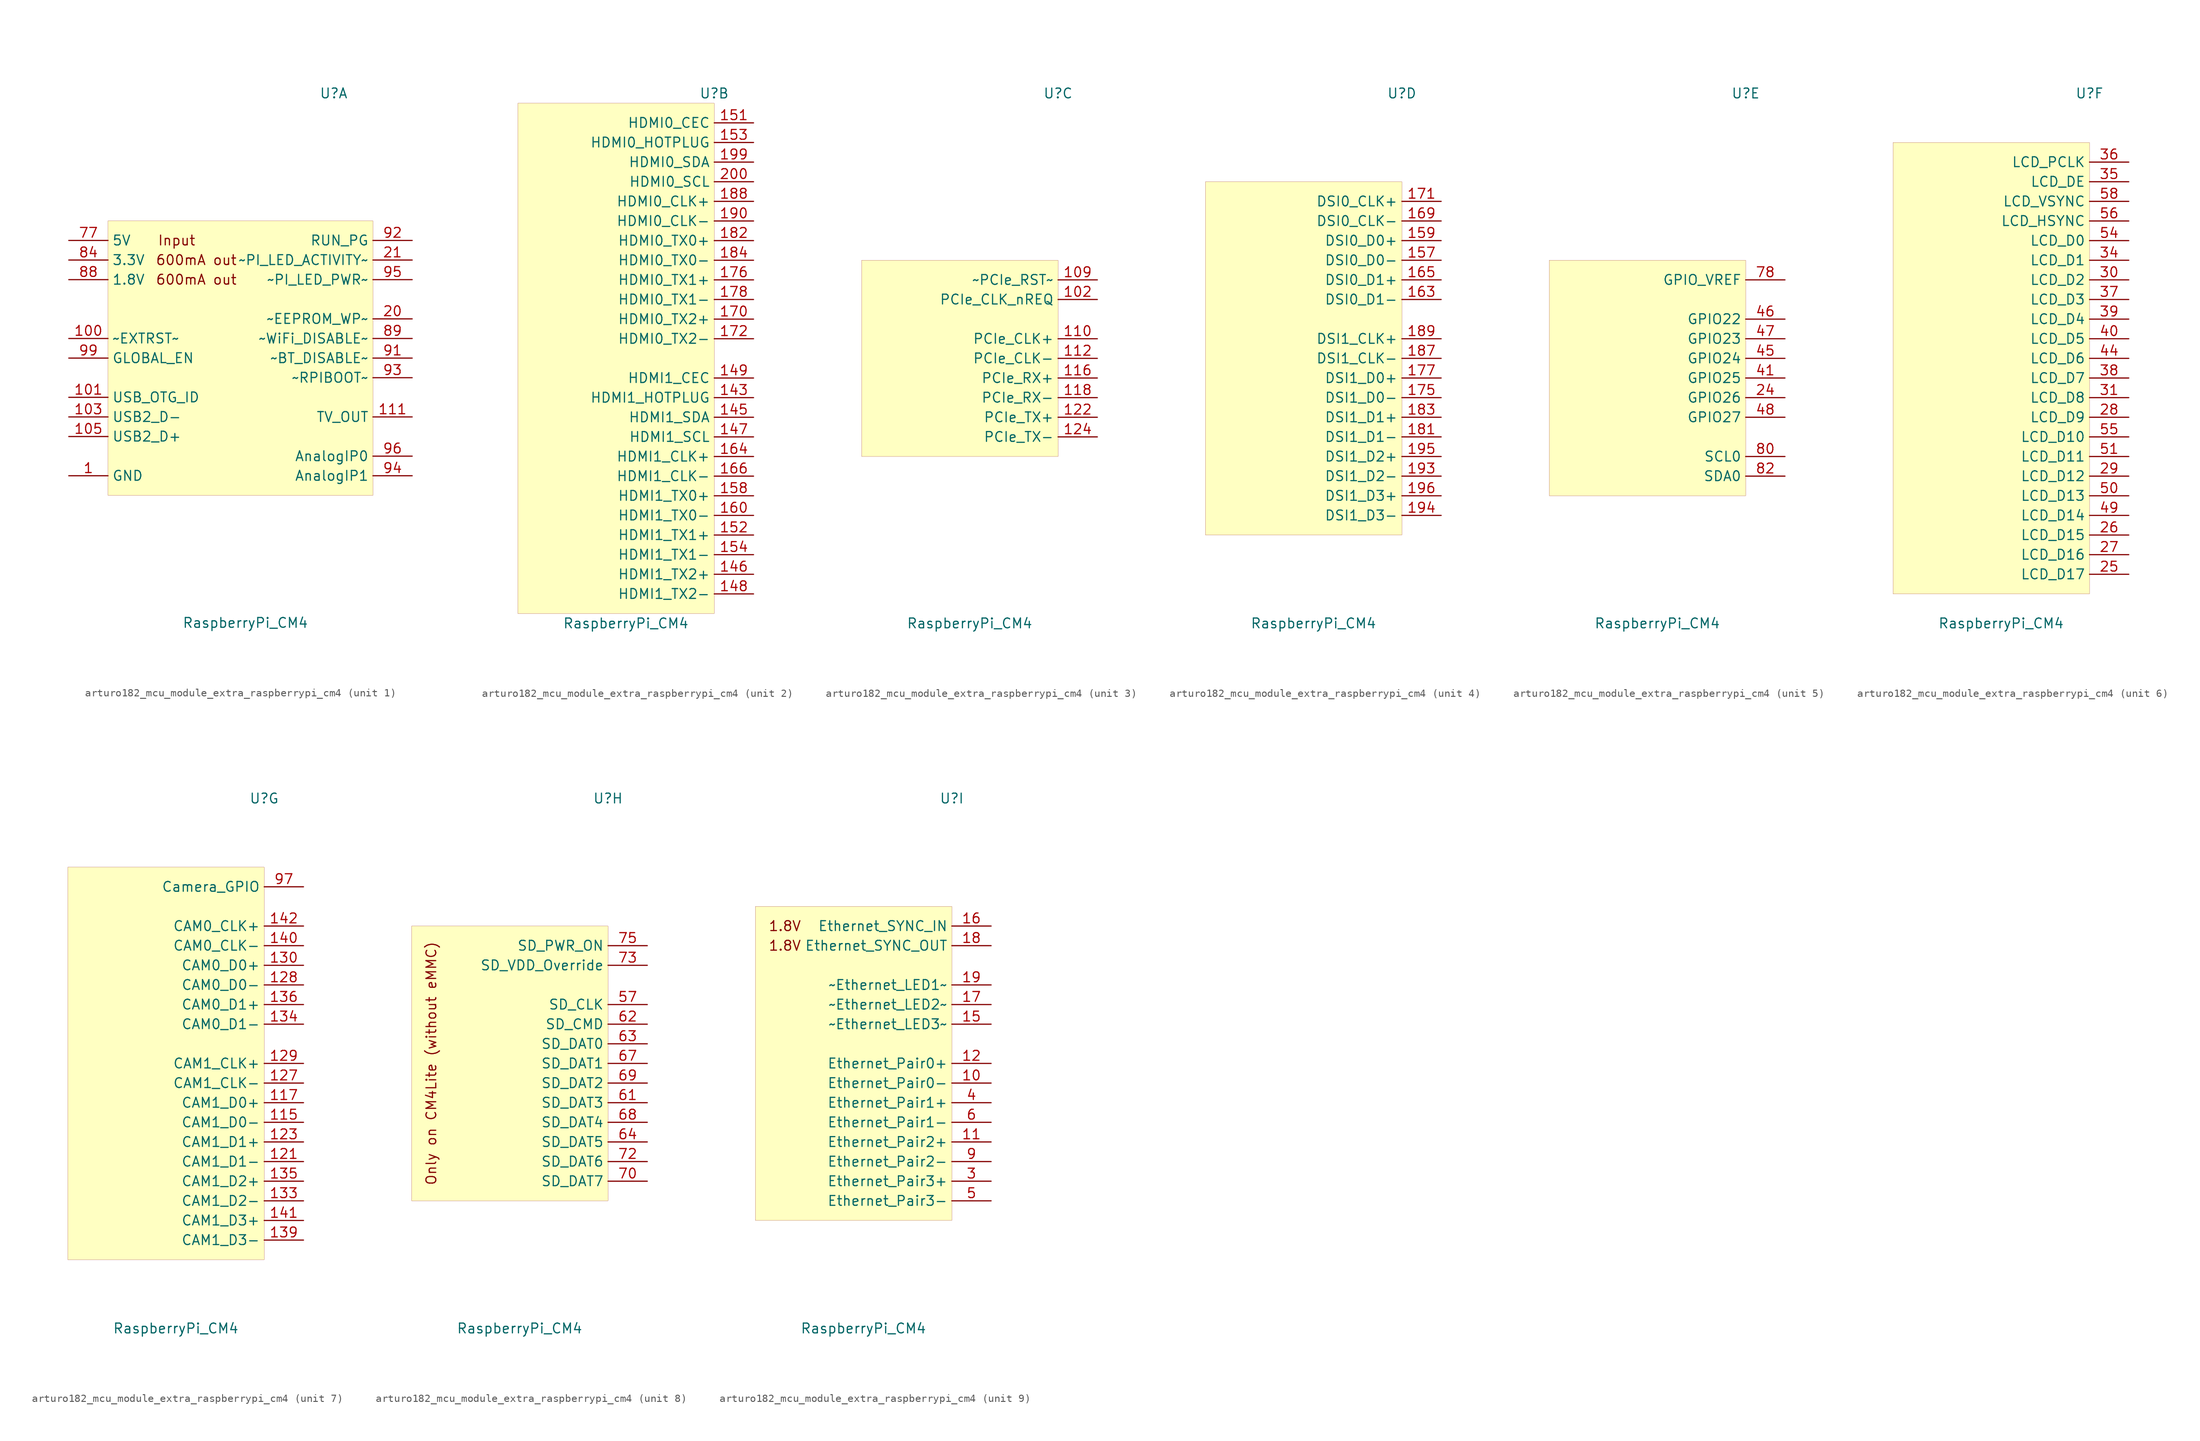
<source format=kicad_sym>
(kicad_symbol_lib
  (version 20220914)
  (generator kicad_symbol_editor)
  (symbol "MCU_Module_Extra:arturo182_mcu_module_extra_raspberrypi_cm4"
    (property "Reference" "U"
      (at 12.7 34.29 0)
      (effects (font (size 1.27 1.27))))
    (property "Value" "RaspberryPi_CM4"
      (at 1.27 -34.29 0)
      (effects (font (size 1.27 1.27))))
    (property "ki_locked" ""
      (at 0 0 0)
      (effects (font (size 1.27 1.27))))
    (symbol "arturo182_mcu_module_extra_raspberrypi_cm4_1_0"
      (text "600mA out" (at -5.08 10.16 0) (effects (font (size 1.27 1.27))))
      (text "600mA out" (at -5.08 12.7 0) (effects (font (size 1.27 1.27))))
      (text "Input" (at -7.62 15.24 0) (effects (font (size 1.27 1.27))))
      (rectangle (start -16.51 17.78) (end 17.78 -17.78) (stroke (width 0.001)) (fill (type background))))
    (symbol "arturo182_mcu_module_extra_raspberrypi_cm4_1_1"
      (pin power_in line (at -21.59 -15.24 0) (length 5.08) (name "GND" (effects (font (size 1.27 1.27)))) (number "1" (effects (font (size 1.27 1.27)))))
      (pin output line (at -21.59 2.54 0) (length 5.08) (name "~EXTRST~" (effects (font (size 1.27 1.27)))) (number "100" (effects (font (size 1.27 1.27)))))
      (pin passive line (at -21.59 -15.24 0) (length 5.08) hide (name "GND" (effects (font (size 1.27 1.27)))) (number "13" (effects (font (size 1.27 1.27)))))
      (pin passive line (at -21.59 -15.24 0) (length 5.08) hide (name "GND" (effects (font (size 1.27 1.27)))) (number "14" (effects (font (size 1.27 1.27)))))
      (pin passive line (at -21.59 -15.24 0) (length 5.08) hide (name "GND" (effects (font (size 1.27 1.27)))) (number "2" (effects (font (size 1.27 1.27)))))
      (pin bidirectional line (at 22.86 5.08 180) (length 5.08) (name "~EEPROM_WP~" (effects (font (size 1.27 1.27)))) (number "20" (effects (font (size 1.27 1.27)))))
      (pin open_collector line (at 22.86 12.7 180) (length 5.08) (name "~PI_LED_ACTIVITY~" (effects (font (size 1.27 1.27)))) (number "21" (effects (font (size 1.27 1.27)))))
      (pin passive line (at -21.59 -15.24 0) (length 5.08) hide (name "GND" (effects (font (size 1.27 1.27)))) (number "22" (effects (font (size 1.27 1.27)))))
      (pin passive line (at -21.59 -15.24 0) (length 5.08) hide (name "GND" (effects (font (size 1.27 1.27)))) (number "23" (effects (font (size 1.27 1.27)))))
      (pin passive line (at -21.59 -15.24 0) (length 5.08) hide (name "GND" (effects (font (size 1.27 1.27)))) (number "32" (effects (font (size 1.27 1.27)))))
      (pin passive line (at -21.59 -15.24 0) (length 5.08) hide (name "GND" (effects (font (size 1.27 1.27)))) (number "33" (effects (font (size 1.27 1.27)))))
      (pin passive line (at -21.59 -15.24 0) (length 5.08) hide (name "GND" (effects (font (size 1.27 1.27)))) (number "42" (effects (font (size 1.27 1.27)))))
      (pin passive line (at -21.59 -15.24 0) (length 5.08) hide (name "GND" (effects (font (size 1.27 1.27)))) (number "43" (effects (font (size 1.27 1.27)))))
      (pin passive line (at -21.59 -15.24 0) (length 5.08) hide (name "GND" (effects (font (size 1.27 1.27)))) (number "52" (effects (font (size 1.27 1.27)))))
      (pin passive line (at -21.59 -15.24 0) (length 5.08) hide (name "GND" (effects (font (size 1.27 1.27)))) (number "53" (effects (font (size 1.27 1.27)))))
      (pin passive line (at -21.59 -15.24 0) (length 5.08) hide (name "GND" (effects (font (size 1.27 1.27)))) (number "59" (effects (font (size 1.27 1.27)))))
      (pin passive line (at -21.59 -15.24 0) (length 5.08) hide (name "GND" (effects (font (size 1.27 1.27)))) (number "60" (effects (font (size 1.27 1.27)))))
      (pin passive line (at -21.59 -15.24 0) (length 5.08) hide (name "GND" (effects (font (size 1.27 1.27)))) (number "65" (effects (font (size 1.27 1.27)))))
      (pin passive line (at -21.59 -15.24 0) (length 5.08) hide (name "GND" (effects (font (size 1.27 1.27)))) (number "66" (effects (font (size 1.27 1.27)))))
      (pin passive line (at -21.59 -15.24 0) (length 5.08) hide (name "GND" (effects (font (size 1.27 1.27)))) (number "7" (effects (font (size 1.27 1.27)))))
      (pin passive line (at -21.59 -15.24 0) (length 5.08) hide (name "GND" (effects (font (size 1.27 1.27)))) (number "71" (effects (font (size 1.27 1.27)))))
      (pin passive line (at -21.59 -15.24 0) (length 5.08) hide (name "GND" (effects (font (size 1.27 1.27)))) (number "74" (effects (font (size 1.27 1.27)))))
      (pin no_connect line (at -1.27 -10.16 0) (length 5.08) hide (name "Reserved" (effects (font (size 1.27 1.27)))) (number "76" (effects (font (size 1.27 1.27)))))
      (pin power_in line (at -21.59 15.24 0) (length 5.08) (name "5V" (effects (font (size 1.27 1.27)))) (number "77" (effects (font (size 1.27 1.27)))))
      (pin passive line (at -21.59 15.24 0) (length 5.08) hide (name "5V" (effects (font (size 1.27 1.27)))) (number "79" (effects (font (size 1.27 1.27)))))
      (pin passive line (at -21.59 -15.24 0) (length 5.08) hide (name "GND" (effects (font (size 1.27 1.27)))) (number "8" (effects (font (size 1.27 1.27)))))
      (pin passive line (at -21.59 15.24 0) (length 5.08) hide (name "5V" (effects (font (size 1.27 1.27)))) (number "81" (effects (font (size 1.27 1.27)))))
      (pin passive line (at -21.59 15.24 0) (length 5.08) hide (name "5V" (effects (font (size 1.27 1.27)))) (number "83" (effects (font (size 1.27 1.27)))))
      (pin power_out line (at -21.59 12.7 0) (length 5.08) (name "3.3V" (effects (font (size 1.27 1.27)))) (number "84" (effects (font (size 1.27 1.27)))))
      (pin passive line (at -21.59 15.24 0) (length 5.08) hide (name "5V" (effects (font (size 1.27 1.27)))) (number "85" (effects (font (size 1.27 1.27)))))
      (pin passive line (at -21.59 12.7 0) (length 5.08) hide (name "3.3V" (effects (font (size 1.27 1.27)))) (number "86" (effects (font (size 1.27 1.27)))))
      (pin passive line (at -21.59 15.24 0) (length 5.08) hide (name "5V" (effects (font (size 1.27 1.27)))) (number "87" (effects (font (size 1.27 1.27)))))
      (pin power_out line (at -21.59 10.16 0) (length 5.08) (name "1.8V" (effects (font (size 1.27 1.27)))) (number "88" (effects (font (size 1.27 1.27)))))
      (pin power_in line (at 22.86 2.54 180) (length 5.08) (name "~WiFi_DISABLE~" (effects (font (size 1.27 1.27)))) (number "89" (effects (font (size 1.27 1.27)))))
      (pin passive line (at -21.59 10.16 0) (length 5.08) hide (name "1.8V" (effects (font (size 1.27 1.27)))) (number "90" (effects (font (size 1.27 1.27)))))
      (pin input line (at 22.86 0 180) (length 5.08) (name "~BT_DISABLE~" (effects (font (size 1.27 1.27)))) (number "91" (effects (font (size 1.27 1.27)))))
      (pin bidirectional line (at 22.86 15.24 180) (length 5.08) (name "RUN_PG" (effects (font (size 1.27 1.27)))) (number "92" (effects (font (size 1.27 1.27)))))
      (pin input line (at 22.86 -2.54 180) (length 5.08) (name "~RPIBOOT~" (effects (font (size 1.27 1.27)))) (number "93" (effects (font (size 1.27 1.27)))))
      (pin output line (at 22.86 -15.24 180) (length 5.08) (name "AnalogIP1" (effects (font (size 1.27 1.27)))) (number "94" (effects (font (size 1.27 1.27)))))
      (pin output line (at 22.86 10.16 180) (length 5.08) (name "~PI_LED_PWR~" (effects (font (size 1.27 1.27)))) (number "95" (effects (font (size 1.27 1.27)))))
      (pin output line (at 22.86 -12.7 180) (length 5.08) (name "AnalogIP0" (effects (font (size 1.27 1.27)))) (number "96" (effects (font (size 1.27 1.27)))))
      (pin passive line (at -21.59 -15.24 0) (length 5.08) hide (name "GND" (effects (font (size 1.27 1.27)))) (number "98" (effects (font (size 1.27 1.27)))))
      (pin input line (at -21.59 0 0) (length 5.08) (name "GLOBAL_EN" (effects (font (size 1.27 1.27)))) (number "99" (effects (font (size 1.27 1.27)))))
      (pin input line (at -21.59 -5.08 0) (length 5.08) (name "USB_OTG_ID" (effects (font (size 1.27 1.27)))) (number "101" (effects (font (size 1.27 1.27)))))
      (pin passive line (at -21.59 -7.62 0) (length 5.08) (name "USB2_D-" (effects (font (size 1.27 1.27)))) (number "103" (effects (font (size 1.27 1.27)))))
      (pin no_connect line (at -1.27 -5.08 0) (length 5.08) hide (name "Reserved" (effects (font (size 1.27 1.27)))) (number "104" (effects (font (size 1.27 1.27)))))
      (pin passive line (at -21.59 -10.16 0) (length 5.08) (name "USB2_D+" (effects (font (size 1.27 1.27)))) (number "105" (effects (font (size 1.27 1.27)))))
      (pin no_connect line (at -1.27 -7.62 0) (length 5.08) hide (name "Reserved" (effects (font (size 1.27 1.27)))) (number "106" (effects (font (size 1.27 1.27)))))
      (pin passive line (at -21.59 -15.24 0) (length 5.08) hide (name "GND" (effects (font (size 1.27 1.27)))) (number "107" (effects (font (size 1.27 1.27)))))
      (pin passive line (at -21.59 -15.24 0) (length 5.08) hide (name "GND" (effects (font (size 1.27 1.27)))) (number "108" (effects (font (size 1.27 1.27)))))
      (pin passive line (at 22.86 -7.62 180) (length 5.08) (name "TV_OUT" (effects (font (size 1.27 1.27)))) (number "111" (effects (font (size 1.27 1.27)))))
      (pin passive line (at -21.59 -15.24 0) (length 5.08) hide (name "GND" (effects (font (size 1.27 1.27)))) (number "113" (effects (font (size 1.27 1.27)))))
      (pin passive line (at -21.59 -15.24 0) (length 5.08) hide (name "GND" (effects (font (size 1.27 1.27)))) (number "114" (effects (font (size 1.27 1.27)))))
      (pin passive line (at -21.59 -15.24 0) (length 5.08) hide (name "GND" (effects (font (size 1.27 1.27)))) (number "119" (effects (font (size 1.27 1.27)))))
      (pin passive line (at -21.59 -15.24 0) (length 5.08) hide (name "GND" (effects (font (size 1.27 1.27)))) (number "120" (effects (font (size 1.27 1.27)))))
      (pin passive line (at -21.59 -15.24 0) (length 5.08) hide (name "GND" (effects (font (size 1.27 1.27)))) (number "125" (effects (font (size 1.27 1.27)))))
      (pin passive line (at -21.59 -15.24 0) (length 5.08) hide (name "GND" (effects (font (size 1.27 1.27)))) (number "126" (effects (font (size 1.27 1.27)))))
      (pin passive line (at -21.59 -15.24 0) (length 5.08) hide (name "GND" (effects (font (size 1.27 1.27)))) (number "131" (effects (font (size 1.27 1.27)))))
      (pin passive line (at -21.59 -15.24 0) (length 5.08) hide (name "GND" (effects (font (size 1.27 1.27)))) (number "132" (effects (font (size 1.27 1.27)))))
      (pin passive line (at -21.59 -15.24 0) (length 5.08) hide (name "GND" (effects (font (size 1.27 1.27)))) (number "137" (effects (font (size 1.27 1.27)))))
      (pin passive line (at -21.59 -15.24 0) (length 5.08) hide (name "GND" (effects (font (size 1.27 1.27)))) (number "138" (effects (font (size 1.27 1.27)))))
      (pin passive line (at -21.59 -15.24 0) (length 5.08) hide (name "GND" (effects (font (size 1.27 1.27)))) (number "144" (effects (font (size 1.27 1.27)))))
      (pin passive line (at -21.59 -15.24 0) (length 5.08) hide (name "GND" (effects (font (size 1.27 1.27)))) (number "150" (effects (font (size 1.27 1.27)))))
      (pin passive line (at -21.59 -15.24 0) (length 5.08) hide (name "GND" (effects (font (size 1.27 1.27)))) (number "155" (effects (font (size 1.27 1.27)))))
      (pin passive line (at -21.59 -15.24 0) (length 5.08) hide (name "GND" (effects (font (size 1.27 1.27)))) (number "156" (effects (font (size 1.27 1.27)))))
      (pin passive line (at -21.59 -15.24 0) (length 5.08) hide (name "GND" (effects (font (size 1.27 1.27)))) (number "161" (effects (font (size 1.27 1.27)))))
      (pin passive line (at -21.59 -15.24 0) (length 5.08) hide (name "GND" (effects (font (size 1.27 1.27)))) (number "162" (effects (font (size 1.27 1.27)))))
      (pin passive line (at -21.59 -15.24 0) (length 5.08) hide (name "GND" (effects (font (size 1.27 1.27)))) (number "167" (effects (font (size 1.27 1.27)))))
      (pin passive line (at -21.59 -15.24 0) (length 5.08) hide (name "GND" (effects (font (size 1.27 1.27)))) (number "168" (effects (font (size 1.27 1.27)))))
      (pin passive line (at -21.59 -15.24 0) (length 5.08) hide (name "GND" (effects (font (size 1.27 1.27)))) (number "173" (effects (font (size 1.27 1.27)))))
      (pin passive line (at -21.59 -15.24 0) (length 5.08) hide (name "GND" (effects (font (size 1.27 1.27)))) (number "174" (effects (font (size 1.27 1.27)))))
      (pin passive line (at -21.59 -15.24 0) (length 5.08) hide (name "GND" (effects (font (size 1.27 1.27)))) (number "179" (effects (font (size 1.27 1.27)))))
      (pin passive line (at -21.59 -15.24 0) (length 5.08) hide (name "GND" (effects (font (size 1.27 1.27)))) (number "180" (effects (font (size 1.27 1.27)))))
      (pin passive line (at -21.59 -15.24 0) (length 5.08) hide (name "GND" (effects (font (size 1.27 1.27)))) (number "185" (effects (font (size 1.27 1.27)))))
      (pin passive line (at -21.59 -15.24 0) (length 5.08) hide (name "GND" (effects (font (size 1.27 1.27)))) (number "186" (effects (font (size 1.27 1.27)))))
      (pin passive line (at -21.59 -15.24 0) (length 5.08) hide (name "GND" (effects (font (size 1.27 1.27)))) (number "191" (effects (font (size 1.27 1.27)))))
      (pin passive line (at -21.59 -15.24 0) (length 5.08) hide (name "GND" (effects (font (size 1.27 1.27)))) (number "192" (effects (font (size 1.27 1.27)))))
      (pin passive line (at -21.59 -15.24 0) (length 5.08) hide (name "GND" (effects (font (size 1.27 1.27)))) (number "197" (effects (font (size 1.27 1.27)))))
      (pin passive line (at -21.59 -15.24 0) (length 5.08) hide (name "GND" (effects (font (size 1.27 1.27)))) (number "198" (effects (font (size 1.27 1.27))))))
    (symbol "arturo182_mcu_module_extra_raspberrypi_cm4_2_0"
      (rectangle (start -12.7 33.02) (end 12.7 -33.02) (stroke (width 0.001)) (fill (type background))))
    (symbol "arturo182_mcu_module_extra_raspberrypi_cm4_2_1"
      (pin input line (at 17.78 -5.08 180) (length 5.08) (name "HDMI1_HOTPLUG" (effects (font (size 1.27 1.27)))) (number "143" (effects (font (size 1.27 1.27)))))
      (pin bidirectional line (at 17.78 -7.62 180) (length 5.08) (name "HDMI1_SDA" (effects (font (size 1.27 1.27)))) (number "145" (effects (font (size 1.27 1.27)))))
      (pin output line (at 17.78 -27.94 180) (length 5.08) (name "HDMI1_TX2+" (effects (font (size 1.27 1.27)))) (number "146" (effects (font (size 1.27 1.27)))))
      (pin open_collector line (at 17.78 -10.16 180) (length 5.08) (name "HDMI1_SCL" (effects (font (size 1.27 1.27)))) (number "147" (effects (font (size 1.27 1.27)))))
      (pin output line (at 17.78 -30.48 180) (length 5.08) (name "HDMI1_TX2-" (effects (font (size 1.27 1.27)))) (number "148" (effects (font (size 1.27 1.27)))))
      (pin open_collector line (at 17.78 -2.54 180) (length 5.08) (name "HDMI1_CEC" (effects (font (size 1.27 1.27)))) (number "149" (effects (font (size 1.27 1.27)))))
      (pin open_collector line (at 17.78 30.48 180) (length 5.08) (name "HDMI0_CEC" (effects (font (size 1.27 1.27)))) (number "151" (effects (font (size 1.27 1.27)))))
      (pin output line (at 17.78 -22.86 180) (length 5.08) (name "HDMI1_TX1+" (effects (font (size 1.27 1.27)))) (number "152" (effects (font (size 1.27 1.27)))))
      (pin input line (at 17.78 27.94 180) (length 5.08) (name "HDMI0_HOTPLUG" (effects (font (size 1.27 1.27)))) (number "153" (effects (font (size 1.27 1.27)))))
      (pin output line (at 17.78 -25.4 180) (length 5.08) (name "HDMI1_TX1-" (effects (font (size 1.27 1.27)))) (number "154" (effects (font (size 1.27 1.27)))))
      (pin output line (at 17.78 -17.78 180) (length 5.08) (name "HDMI1_TX0+" (effects (font (size 1.27 1.27)))) (number "158" (effects (font (size 1.27 1.27)))))
      (pin output line (at 17.78 -20.32 180) (length 5.08) (name "HDMI1_TX0-" (effects (font (size 1.27 1.27)))) (number "160" (effects (font (size 1.27 1.27)))))
      (pin output line (at 17.78 -12.7 180) (length 5.08) (name "HDMI1_CLK+" (effects (font (size 1.27 1.27)))) (number "164" (effects (font (size 1.27 1.27)))))
      (pin output line (at 17.78 -15.24 180) (length 5.08) (name "HDMI1_CLK-" (effects (font (size 1.27 1.27)))) (number "166" (effects (font (size 1.27 1.27)))))
      (pin output line (at 17.78 5.08 180) (length 5.08) (name "HDMI0_TX2+" (effects (font (size 1.27 1.27)))) (number "170" (effects (font (size 1.27 1.27)))))
      (pin output line (at 17.78 2.54 180) (length 5.08) (name "HDMI0_TX2-" (effects (font (size 1.27 1.27)))) (number "172" (effects (font (size 1.27 1.27)))))
      (pin output line (at 17.78 10.16 180) (length 5.08) (name "HDMI0_TX1+" (effects (font (size 1.27 1.27)))) (number "176" (effects (font (size 1.27 1.27)))))
      (pin output line (at 17.78 7.62 180) (length 5.08) (name "HDMI0_TX1-" (effects (font (size 1.27 1.27)))) (number "178" (effects (font (size 1.27 1.27)))))
      (pin output line (at 17.78 15.24 180) (length 5.08) (name "HDMI0_TX0+" (effects (font (size 1.27 1.27)))) (number "182" (effects (font (size 1.27 1.27)))))
      (pin output line (at 17.78 12.7 180) (length 5.08) (name "HDMI0_TX0-" (effects (font (size 1.27 1.27)))) (number "184" (effects (font (size 1.27 1.27)))))
      (pin output line (at 17.78 20.32 180) (length 5.08) (name "HDMI0_CLK+" (effects (font (size 1.27 1.27)))) (number "188" (effects (font (size 1.27 1.27)))))
      (pin output line (at 17.78 17.78 180) (length 5.08) (name "HDMI0_CLK-" (effects (font (size 1.27 1.27)))) (number "190" (effects (font (size 1.27 1.27)))))
      (pin bidirectional line (at 17.78 25.4 180) (length 5.08) (name "HDMI0_SDA" (effects (font (size 1.27 1.27)))) (number "199" (effects (font (size 1.27 1.27)))))
      (pin open_collector line (at 17.78 22.86 180) (length 5.08) (name "HDMI0_SCL" (effects (font (size 1.27 1.27)))) (number "200" (effects (font (size 1.27 1.27))))))
    (symbol "arturo182_mcu_module_extra_raspberrypi_cm4_3_0"
      (rectangle (start -12.7 12.7) (end 12.7 -12.7) (stroke (width 0.001)) (fill (type background))))
    (symbol "arturo182_mcu_module_extra_raspberrypi_cm4_3_1"
      (pin input line (at 17.78 7.62 180) (length 5.08) (name "PCIe_CLK_nREQ" (effects (font (size 1.27 1.27)))) (number "102" (effects (font (size 1.27 1.27)))))
      (pin bidirectional line (at 17.78 10.16 180) (length 5.08) (name "~PCIe_RST~" (effects (font (size 1.27 1.27)))) (number "109" (effects (font (size 1.27 1.27)))))
      (pin output line (at 17.78 2.54 180) (length 5.08) (name "PCIe_CLK+" (effects (font (size 1.27 1.27)))) (number "110" (effects (font (size 1.27 1.27)))))
      (pin output line (at 17.78 0 180) (length 5.08) (name "PCIe_CLK-" (effects (font (size 1.27 1.27)))) (number "112" (effects (font (size 1.27 1.27)))))
      (pin input line (at 17.78 -2.54 180) (length 5.08) (name "PCIe_RX+" (effects (font (size 1.27 1.27)))) (number "116" (effects (font (size 1.27 1.27)))))
      (pin input line (at 17.78 -5.08 180) (length 5.08) (name "PCIe_RX-" (effects (font (size 1.27 1.27)))) (number "118" (effects (font (size 1.27 1.27)))))
      (pin output line (at 17.78 -7.62 180) (length 5.08) (name "PCIe_TX+" (effects (font (size 1.27 1.27)))) (number "122" (effects (font (size 1.27 1.27)))))
      (pin output line (at 17.78 -10.16 180) (length 5.08) (name "PCIe_TX-" (effects (font (size 1.27 1.27)))) (number "124" (effects (font (size 1.27 1.27))))))
    (symbol "arturo182_mcu_module_extra_raspberrypi_cm4_4_0"
      (rectangle (start -12.7 22.86) (end 12.7 -22.86) (stroke (width 0.001)) (fill (type background))))
    (symbol "arturo182_mcu_module_extra_raspberrypi_cm4_4_1"
      (pin bidirectional line (at 17.78 12.7 180) (length 5.08) (name "DSI0_D0-" (effects (font (size 1.27 1.27)))) (number "157" (effects (font (size 1.27 1.27)))))
      (pin bidirectional line (at 17.78 15.24 180) (length 5.08) (name "DSI0_D0+" (effects (font (size 1.27 1.27)))) (number "159" (effects (font (size 1.27 1.27)))))
      (pin bidirectional line (at 17.78 7.62 180) (length 5.08) (name "DSI0_D1-" (effects (font (size 1.27 1.27)))) (number "163" (effects (font (size 1.27 1.27)))))
      (pin bidirectional line (at 17.78 10.16 180) (length 5.08) (name "DSI0_D1+" (effects (font (size 1.27 1.27)))) (number "165" (effects (font (size 1.27 1.27)))))
      (pin open_collector line (at 17.78 17.78 180) (length 5.08) (name "DSI0_CLK-" (effects (font (size 1.27 1.27)))) (number "169" (effects (font (size 1.27 1.27)))))
      (pin open_collector line (at 17.78 20.32 180) (length 5.08) (name "DSI0_CLK+" (effects (font (size 1.27 1.27)))) (number "171" (effects (font (size 1.27 1.27)))))
      (pin bidirectional line (at 17.78 -5.08 180) (length 5.08) (name "DSI1_D0-" (effects (font (size 1.27 1.27)))) (number "175" (effects (font (size 1.27 1.27)))))
      (pin bidirectional line (at 17.78 -2.54 180) (length 5.08) (name "DSI1_D0+" (effects (font (size 1.27 1.27)))) (number "177" (effects (font (size 1.27 1.27)))))
      (pin bidirectional line (at 17.78 -10.16 180) (length 5.08) (name "DSI1_D1-" (effects (font (size 1.27 1.27)))) (number "181" (effects (font (size 1.27 1.27)))))
      (pin bidirectional line (at 17.78 -7.62 180) (length 5.08) (name "DSI1_D1+" (effects (font (size 1.27 1.27)))) (number "183" (effects (font (size 1.27 1.27)))))
      (pin bidirectional line (at 17.78 0 180) (length 5.08) (name "DSI1_CLK-" (effects (font (size 1.27 1.27)))) (number "187" (effects (font (size 1.27 1.27)))))
      (pin bidirectional line (at 17.78 2.54 180) (length 5.08) (name "DSI1_CLK+" (effects (font (size 1.27 1.27)))) (number "189" (effects (font (size 1.27 1.27)))))
      (pin bidirectional line (at 17.78 -15.24 180) (length 5.08) (name "DSI1_D2-" (effects (font (size 1.27 1.27)))) (number "193" (effects (font (size 1.27 1.27)))))
      (pin bidirectional line (at 17.78 -20.32 180) (length 5.08) (name "DSI1_D3-" (effects (font (size 1.27 1.27)))) (number "194" (effects (font (size 1.27 1.27)))))
      (pin bidirectional line (at 17.78 -12.7 180) (length 5.08) (name "DSI1_D2+" (effects (font (size 1.27 1.27)))) (number "195" (effects (font (size 1.27 1.27)))))
      (pin bidirectional line (at 17.78 -17.78 180) (length 5.08) (name "DSI1_D3+" (effects (font (size 1.27 1.27)))) (number "196" (effects (font (size 1.27 1.27))))))
    (symbol "arturo182_mcu_module_extra_raspberrypi_cm4_5_0"
      (rectangle (start -12.7 12.7) (end 12.7 -17.78) (stroke (width 0.001)) (fill (type background))))
    (symbol "arturo182_mcu_module_extra_raspberrypi_cm4_5_1"
      (pin bidirectional line (at 17.78 -5.08 180) (length 5.08) (name "GPIO26" (effects (font (size 1.27 1.27)))) (number "24" (effects (font (size 1.27 1.27)))))
      (pin bidirectional line (at 17.78 -2.54 180) (length 5.08) (name "GPIO25" (effects (font (size 1.27 1.27)))) (number "41" (effects (font (size 1.27 1.27)))))
      (pin bidirectional line (at 17.78 0 180) (length 5.08) (name "GPIO24" (effects (font (size 1.27 1.27)))) (number "45" (effects (font (size 1.27 1.27)))))
      (pin bidirectional line (at 17.78 5.08 180) (length 5.08) (name "GPIO22" (effects (font (size 1.27 1.27)))) (number "46" (effects (font (size 1.27 1.27)))))
      (pin bidirectional line (at 17.78 2.54 180) (length 5.08) (name "GPIO23" (effects (font (size 1.27 1.27)))) (number "47" (effects (font (size 1.27 1.27)))))
      (pin bidirectional line (at 17.78 -7.62 180) (length 5.08) (name "GPIO27" (effects (font (size 1.27 1.27)))) (number "48" (effects (font (size 1.27 1.27)))))
      (pin power_in line (at 17.78 10.16 180) (length 5.08) (name "GPIO_VREF" (effects (font (size 1.27 1.27)))) (number "78" (effects (font (size 1.27 1.27)))))
      (pin passive line (at 17.78 -12.7 180) (length 5.08) (name "SCL0" (effects (font (size 1.27 1.27)))) (number "80" (effects (font (size 1.27 1.27)))))
      (pin passive line (at 17.78 -15.24 180) (length 5.08) (name "SDA0" (effects (font (size 1.27 1.27)))) (number "82" (effects (font (size 1.27 1.27))))))
    (symbol "arturo182_mcu_module_extra_raspberrypi_cm4_6_0"
      (rectangle (start -12.7 27.94) (end 12.7 -30.48) (stroke (width 0.001)) (fill (type background))))
    (symbol "arturo182_mcu_module_extra_raspberrypi_cm4_6_1"
      (pin bidirectional line (at 17.78 -27.94 180) (length 5.08) (name "LCD_D17" (effects (font (size 1.27 1.27)))) (number "25" (effects (font (size 1.27 1.27)))))
      (pin bidirectional line (at 17.78 -22.86 180) (length 5.08) (name "LCD_D15" (effects (font (size 1.27 1.27)))) (number "26" (effects (font (size 1.27 1.27)))))
      (pin bidirectional line (at 17.78 -25.4 180) (length 5.08) (name "LCD_D16" (effects (font (size 1.27 1.27)))) (number "27" (effects (font (size 1.27 1.27)))))
      (pin bidirectional line (at 17.78 -7.62 180) (length 5.08) (name "LCD_D9" (effects (font (size 1.27 1.27)))) (number "28" (effects (font (size 1.27 1.27)))))
      (pin bidirectional line (at 17.78 -15.24 180) (length 5.08) (name "LCD_D12" (effects (font (size 1.27 1.27)))) (number "29" (effects (font (size 1.27 1.27)))))
      (pin bidirectional line (at 17.78 10.16 180) (length 5.08) (name "LCD_D2" (effects (font (size 1.27 1.27)))) (number "30" (effects (font (size 1.27 1.27)))))
      (pin bidirectional line (at 17.78 -5.08 180) (length 5.08) (name "LCD_D8" (effects (font (size 1.27 1.27)))) (number "31" (effects (font (size 1.27 1.27)))))
      (pin bidirectional line (at 17.78 12.7 180) (length 5.08) (name "LCD_D1" (effects (font (size 1.27 1.27)))) (number "34" (effects (font (size 1.27 1.27)))))
      (pin bidirectional line (at 17.78 22.86 180) (length 5.08) (name "LCD_DE" (effects (font (size 1.27 1.27)))) (number "35" (effects (font (size 1.27 1.27)))))
      (pin bidirectional line (at 17.78 25.4 180) (length 5.08) (name "LCD_PCLK" (effects (font (size 1.27 1.27)))) (number "36" (effects (font (size 1.27 1.27)))))
      (pin bidirectional line (at 17.78 7.62 180) (length 5.08) (name "LCD_D3" (effects (font (size 1.27 1.27)))) (number "37" (effects (font (size 1.27 1.27)))))
      (pin bidirectional line (at 17.78 -2.54 180) (length 5.08) (name "LCD_D7" (effects (font (size 1.27 1.27)))) (number "38" (effects (font (size 1.27 1.27)))))
      (pin bidirectional line (at 17.78 5.08 180) (length 5.08) (name "LCD_D4" (effects (font (size 1.27 1.27)))) (number "39" (effects (font (size 1.27 1.27)))))
      (pin bidirectional line (at 17.78 2.54 180) (length 5.08) (name "LCD_D5" (effects (font (size 1.27 1.27)))) (number "40" (effects (font (size 1.27 1.27)))))
      (pin bidirectional line (at 17.78 0 180) (length 5.08) (name "LCD_D6" (effects (font (size 1.27 1.27)))) (number "44" (effects (font (size 1.27 1.27)))))
      (pin bidirectional line (at 17.78 -20.32 180) (length 5.08) (name "LCD_D14" (effects (font (size 1.27 1.27)))) (number "49" (effects (font (size 1.27 1.27)))))
      (pin bidirectional line (at 17.78 -17.78 180) (length 5.08) (name "LCD_D13" (effects (font (size 1.27 1.27)))) (number "50" (effects (font (size 1.27 1.27)))))
      (pin bidirectional line (at 17.78 -12.7 180) (length 5.08) (name "LCD_D11" (effects (font (size 1.27 1.27)))) (number "51" (effects (font (size 1.27 1.27)))))
      (pin bidirectional line (at 17.78 15.24 180) (length 5.08) (name "LCD_D0" (effects (font (size 1.27 1.27)))) (number "54" (effects (font (size 1.27 1.27)))))
      (pin bidirectional line (at 17.78 -10.16 180) (length 5.08) (name "LCD_D10" (effects (font (size 1.27 1.27)))) (number "55" (effects (font (size 1.27 1.27)))))
      (pin bidirectional line (at 17.78 17.78 180) (length 5.08) (name "LCD_HSYNC" (effects (font (size 1.27 1.27)))) (number "56" (effects (font (size 1.27 1.27)))))
      (pin bidirectional line (at 17.78 20.32 180) (length 5.08) (name "LCD_VSYNC" (effects (font (size 1.27 1.27)))) (number "58" (effects (font (size 1.27 1.27))))))
    (symbol "arturo182_mcu_module_extra_raspberrypi_cm4_7_0"
      (rectangle (start -12.7 25.4) (end 12.7 -25.4) (stroke (width 0.001)) (fill (type background))))
    (symbol "arturo182_mcu_module_extra_raspberrypi_cm4_7_1"
      (pin bidirectional line (at 17.78 22.86 180) (length 5.08) (name "Camera_GPIO" (effects (font (size 1.27 1.27)))) (number "97" (effects (font (size 1.27 1.27)))))
      (pin bidirectional line (at 17.78 -7.62 180) (length 5.08) (name "CAM1_D0-" (effects (font (size 1.27 1.27)))) (number "115" (effects (font (size 1.27 1.27)))))
      (pin bidirectional line (at 17.78 -5.08 180) (length 5.08) (name "CAM1_D0+" (effects (font (size 1.27 1.27)))) (number "117" (effects (font (size 1.27 1.27)))))
      (pin bidirectional line (at 17.78 -12.7 180) (length 5.08) (name "CAM1_D1-" (effects (font (size 1.27 1.27)))) (number "121" (effects (font (size 1.27 1.27)))))
      (pin bidirectional line (at 17.78 -10.16 180) (length 5.08) (name "CAM1_D1+" (effects (font (size 1.27 1.27)))) (number "123" (effects (font (size 1.27 1.27)))))
      (pin output line (at 17.78 -2.54 180) (length 5.08) (name "CAM1_CLK-" (effects (font (size 1.27 1.27)))) (number "127" (effects (font (size 1.27 1.27)))))
      (pin bidirectional line (at 17.78 10.16 180) (length 5.08) (name "CAM0_D0-" (effects (font (size 1.27 1.27)))) (number "128" (effects (font (size 1.27 1.27)))))
      (pin output line (at 17.78 0 180) (length 5.08) (name "CAM1_CLK+" (effects (font (size 1.27 1.27)))) (number "129" (effects (font (size 1.27 1.27)))))
      (pin bidirectional line (at 17.78 12.7 180) (length 5.08) (name "CAM0_D0+" (effects (font (size 1.27 1.27)))) (number "130" (effects (font (size 1.27 1.27)))))
      (pin bidirectional line (at 17.78 -17.78 180) (length 5.08) (name "CAM1_D2-" (effects (font (size 1.27 1.27)))) (number "133" (effects (font (size 1.27 1.27)))))
      (pin bidirectional line (at 17.78 5.08 180) (length 5.08) (name "CAM0_D1-" (effects (font (size 1.27 1.27)))) (number "134" (effects (font (size 1.27 1.27)))))
      (pin bidirectional line (at 17.78 -15.24 180) (length 5.08) (name "CAM1_D2+" (effects (font (size 1.27 1.27)))) (number "135" (effects (font (size 1.27 1.27)))))
      (pin bidirectional line (at 17.78 7.62 180) (length 5.08) (name "CAM0_D1+" (effects (font (size 1.27 1.27)))) (number "136" (effects (font (size 1.27 1.27)))))
      (pin bidirectional line (at 17.78 -22.86 180) (length 5.08) (name "CAM1_D3-" (effects (font (size 1.27 1.27)))) (number "139" (effects (font (size 1.27 1.27)))))
      (pin output line (at 17.78 15.24 180) (length 5.08) (name "CAM0_CLK-" (effects (font (size 1.27 1.27)))) (number "140" (effects (font (size 1.27 1.27)))))
      (pin bidirectional line (at 17.78 -20.32 180) (length 5.08) (name "CAM1_D3+" (effects (font (size 1.27 1.27)))) (number "141" (effects (font (size 1.27 1.27)))))
      (pin output line (at 17.78 17.78 180) (length 5.08) (name "CAM0_CLK+" (effects (font (size 1.27 1.27)))) (number "142" (effects (font (size 1.27 1.27))))))
    (symbol "arturo182_mcu_module_extra_raspberrypi_cm4_8_0"
      (text "Only on CM4Lite (without eMMC)" (at -10.16 0 900) (effects (font (size 1.27 1.27))))
      (rectangle (start -12.7 17.78) (end 12.7 -17.78) (stroke (width 0.001)) (fill (type background))))
    (symbol "arturo182_mcu_module_extra_raspberrypi_cm4_8_1"
      (pin passive line (at 17.78 7.62 180) (length 5.08) (name "SD_CLK" (effects (font (size 1.27 1.27)))) (number "57" (effects (font (size 1.27 1.27)))))
      (pin passive line (at 17.78 -5.08 180) (length 5.08) (name "SD_DAT3" (effects (font (size 1.27 1.27)))) (number "61" (effects (font (size 1.27 1.27)))))
      (pin passive line (at 17.78 5.08 180) (length 5.08) (name "SD_CMD" (effects (font (size 1.27 1.27)))) (number "62" (effects (font (size 1.27 1.27)))))
      (pin passive line (at 17.78 2.54 180) (length 5.08) (name "SD_DAT0" (effects (font (size 1.27 1.27)))) (number "63" (effects (font (size 1.27 1.27)))))
      (pin passive line (at 17.78 -10.16 180) (length 5.08) (name "SD_DAT5" (effects (font (size 1.27 1.27)))) (number "64" (effects (font (size 1.27 1.27)))))
      (pin passive line (at 17.78 0 180) (length 5.08) (name "SD_DAT1" (effects (font (size 1.27 1.27)))) (number "67" (effects (font (size 1.27 1.27)))))
      (pin passive line (at 17.78 -7.62 180) (length 5.08) (name "SD_DAT4" (effects (font (size 1.27 1.27)))) (number "68" (effects (font (size 1.27 1.27)))))
      (pin passive line (at 17.78 -2.54 180) (length 5.08) (name "SD_DAT2" (effects (font (size 1.27 1.27)))) (number "69" (effects (font (size 1.27 1.27)))))
      (pin passive line (at 17.78 -15.24 180) (length 5.08) (name "SD_DAT7" (effects (font (size 1.27 1.27)))) (number "70" (effects (font (size 1.27 1.27)))))
      (pin passive line (at 17.78 -12.7 180) (length 5.08) (name "SD_DAT6" (effects (font (size 1.27 1.27)))) (number "72" (effects (font (size 1.27 1.27)))))
      (pin input line (at 17.78 12.7 180) (length 5.08) (name "SD_VDD_Override" (effects (font (size 1.27 1.27)))) (number "73" (effects (font (size 1.27 1.27)))))
      (pin output line (at 17.78 15.24 180) (length 5.08) (name "SD_PWR_ON" (effects (font (size 1.27 1.27)))) (number "75" (effects (font (size 1.27 1.27))))))
    (symbol "arturo182_mcu_module_extra_raspberrypi_cm4_9_0"
      (text "1.8V" (at -8.89 15.24 0) (effects (font (size 1.27 1.27))))
      (text "1.8V" (at -8.89 17.78 0) (effects (font (size 1.27 1.27))))
      (rectangle (start 12.7 20.32) (end -12.7 -20.32) (stroke (width 0.001)) (fill (type background))))
    (symbol "arturo182_mcu_module_extra_raspberrypi_cm4_9_1"
      (pin bidirectional line (at 17.78 -2.54 180) (length 5.08) (name "Ethernet_Pair0-" (effects (font (size 1.27 1.27)))) (number "10" (effects (font (size 1.27 1.27)))))
      (pin bidirectional line (at 17.78 -10.16 180) (length 5.08) (name "Ethernet_Pair2+" (effects (font (size 1.27 1.27)))) (number "11" (effects (font (size 1.27 1.27)))))
      (pin bidirectional line (at 17.78 0 180) (length 5.08) (name "Ethernet_Pair0+" (effects (font (size 1.27 1.27)))) (number "12" (effects (font (size 1.27 1.27)))))
      (pin output line (at 17.78 5.08 180) (length 5.08) (name "~Ethernet_LED3~" (effects (font (size 1.27 1.27)))) (number "15" (effects (font (size 1.27 1.27)))))
      (pin input line (at 17.78 17.78 180) (length 5.08) (name "Ethernet_SYNC_IN" (effects (font (size 1.27 1.27)))) (number "16" (effects (font (size 1.27 1.27)))))
      (pin output line (at 17.78 7.62 180) (length 5.08) (name "~Ethernet_LED2~" (effects (font (size 1.27 1.27)))) (number "17" (effects (font (size 1.27 1.27)))))
      (pin input line (at 17.78 15.24 180) (length 5.08) (name "Ethernet_SYNC_OUT" (effects (font (size 1.27 1.27)))) (number "18" (effects (font (size 1.27 1.27)))))
      (pin output line (at 17.78 10.16 180) (length 5.08) (name "~Ethernet_LED1~" (effects (font (size 1.27 1.27)))) (number "19" (effects (font (size 1.27 1.27)))))
      (pin bidirectional line (at 17.78 -15.24 180) (length 5.08) (name "Ethernet_Pair3+" (effects (font (size 1.27 1.27)))) (number "3" (effects (font (size 1.27 1.27)))))
      (pin bidirectional line (at 17.78 -5.08 180) (length 5.08) (name "Ethernet_Pair1+" (effects (font (size 1.27 1.27)))) (number "4" (effects (font (size 1.27 1.27)))))
      (pin bidirectional line (at 17.78 -17.78 180) (length 5.08) (name "Ethernet_Pair3-" (effects (font (size 1.27 1.27)))) (number "5" (effects (font (size 1.27 1.27)))))
      (pin bidirectional line (at 17.78 -7.62 180) (length 5.08) (name "Ethernet_Pair1-" (effects (font (size 1.27 1.27)))) (number "6" (effects (font (size 1.27 1.27)))))
      (pin bidirectional line (at 17.78 -12.7 180) (length 5.08) (name "Ethernet_Pair2-" (effects (font (size 1.27 1.27)))) (number "9" (effects (font (size 1.27 1.27))))))))
</source>
